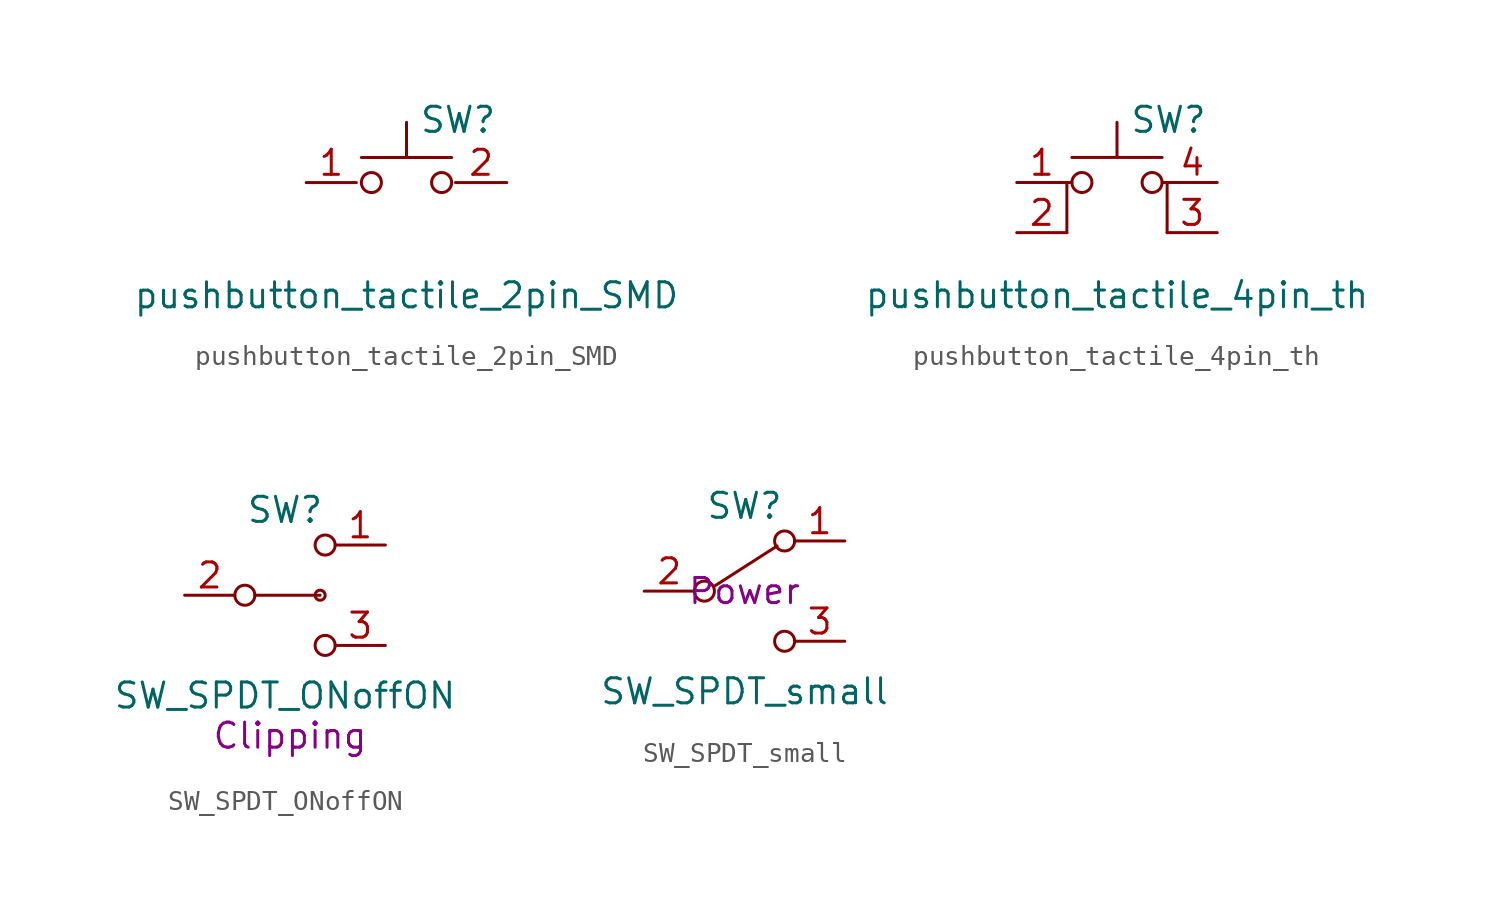
<source format=kicad_sym>
(kicad_symbol_lib
  (version 20220914)
  (generator kicad_symbol_editor)
  (symbol "pushbutton_tactile_2pin_SMD"
    (pin_names
      (offset 1.016) hide)
    (property "Reference" "SW"
      (at 0.635 5.715 0)
      (effects (font (size 1.27 1.27)) (justify left)))
    (property "Value" "pushbutton_tactile_2pin_SMD"
      (at 0 -3.175 0)
      (effects (font (size 1.27 1.27))))
    (symbol "pushbutton_tactile_2pin_SMD_0_1"
      (circle (center -1.778 2.54) (radius 0.508) (stroke (width 0) (type default)) (fill (type none)))
      (polyline (pts (xy -2.286 3.81) (xy 2.286 3.81)) (stroke (width 0) (type default)) (fill (type none)))
      (polyline (pts (xy 0 3.81) (xy 0 5.588)) (stroke (width 0) (type default)) (fill (type none)))
      (circle (center 1.778 2.54) (radius 0.508) (stroke (width 0) (type default)) (fill (type none)))
      (pin passive line (at -5.08 2.54 0) (length 2.54) (name "1" (effects (font (size 1.27 1.27)))) (number "1" (effects (font (size 1.27 1.27)))))
      (pin passive line (at 5.08 2.54 180) (length 2.6) (name "2" (effects (font (size 1.27 1.27)))) (number "2" (effects (font (size 1.27 1.27)))))))
  (symbol "pushbutton_tactile_4pin_th"
    (pin_names
      (offset 1.016) hide)
    (property "Reference" "SW"
      (at 0.635 5.715 0)
      (effects (font (size 1.27 1.27)) (justify left)))
    (property "Value" "pushbutton_tactile_4pin_th"
      (at 0 -3.175 0)
      (effects (font (size 1.27 1.27))))
    (symbol "pushbutton_tactile_4pin_th_0_1"
      (circle (center -1.778 2.54) (radius 0.508) (stroke (width 0) (type default)) (fill (type none)))
      (polyline (pts (xy -2.286 3.81) (xy 2.286 3.81)) (stroke (width 0) (type default)) (fill (type none)))
      (polyline (pts (xy 0 3.81) (xy 0 5.588)) (stroke (width 0) (type default)) (fill (type none)))
      (polyline (pts (xy -2.54 0) (xy -2.54 2.54) (xy -2.286 2.54)) (stroke (width 0) (type default)) (fill (type none)))
      (polyline (pts (xy 2.54 0) (xy 2.54 2.54) (xy 2.286 2.54)) (stroke (width 0) (type default)) (fill (type none)))
      (circle (center 1.778 2.54) (radius 0.508) (stroke (width 0) (type default)) (fill (type none)))
      (pin passive line (at -5.08 2.54 0) (length 2.54) (name "1" (effects (font (size 1.27 1.27)))) (number "1" (effects (font (size 1.27 1.27)))))
      (pin passive line (at -5.08 0 0) (length 2.54) (name "2" (effects (font (size 1.27 1.27)))) (number "2" (effects (font (size 1.27 1.27)))))
      (pin passive line (at 5.08 0 180) (length 2.54) (name "K" (effects (font (size 1.27 1.27)))) (number "3" (effects (font (size 1.27 1.27)))))
      (pin passive line (at 5.08 2.54 180) (length 2.54) (name "A" (effects (font (size 1.27 1.27)))) (number "4" (effects (font (size 1.27 1.27)))))))
  (symbol "SW_SPDT_ONoffON"
    (pin_names
      (offset 0) hide)
    (property "Reference" "SW"
      (at 0 4.318 0)
      (effects (font (size 1.27 1.27))))
    (property "Value" "SW_SPDT_ONoffON"
      (at 0 -5.08 0)
      (effects (font (size 1.27 1.27))))
    (property "NAME" "Clipping"
      (at 0.254 -7.112 0)
      (effects (font (size 1.27 1.27))))
    (symbol "SW_SPDT_ONoffON_0_0"
      (circle (center -2.032 0) (radius 0.508) (stroke (width 0) (type default)) (fill (type none)))
      (circle (center 2.032 -2.54) (radius 0.508) (stroke (width 0) (type default)) (fill (type none))))
    (symbol "SW_SPDT_ONoffON_0_1"
      (polyline (pts (xy -1.524 0) (xy 1.778 0)) (stroke (width 0) (type default)) (fill (type none)))
      (circle (center 1.778 0) (radius 0.254) (stroke (width 0) (type default)) (fill (type none)))
      (circle (center 2.032 2.54) (radius 0.508) (stroke (width 0) (type default)) (fill (type none))))
    (symbol "SW_SPDT_ONoffON_1_1"
      (pin passive line (at 5.08 2.54 180) (length 2.54) (name "A" (effects (font (size 1.27 1.27)))) (number "1" (effects (font (size 1.27 1.27)))))
      (pin passive line (at -5.08 0 0) (length 2.54) (name "B" (effects (font (size 1.27 1.27)))) (number "2" (effects (font (size 1.27 1.27)))))
      (pin passive line (at 5.08 -2.54 180) (length 2.54) (name "C" (effects (font (size 1.27 1.27)))) (number "3" (effects (font (size 1.27 1.27)))))))
  (symbol "SW_SPDT_small"
    (pin_names
      (offset 0) hide)
    (property "Reference" "SW"
      (at 0 4.318 0)
      (effects (font (size 1.27 1.27))))
    (property "Value" "SW_SPDT_small"
      (at 0 -5.08 0)
      (effects (font (size 1.27 1.27))))
    (property "NAME" "Power"
      (at 0 0 0)
      (effects (font (size 1.27 1.27))))
    (symbol "SW_SPDT_small_0_0"
      (circle (center -2.032 0) (radius 0.508) (stroke (width 0) (type default)) (fill (type none)))
      (circle (center 2.032 -2.54) (radius 0.508) (stroke (width 0) (type default)) (fill (type none))))
    (symbol "SW_SPDT_small_0_1"
      (polyline (pts (xy -1.524 0.254) (xy 1.651 2.286)) (stroke (width 0) (type default)) (fill (type none)))
      (circle (center 2.032 2.54) (radius 0.508) (stroke (width 0) (type default)) (fill (type none))))
    (symbol "SW_SPDT_small_1_1"
      (pin passive line (at 5.08 2.54 180) (length 2.54) (name "A" (effects (font (size 1.27 1.27)))) (number "1" (effects (font (size 1.27 1.27)))))
      (pin passive line (at -5.08 0 0) (length 2.54) (name "B" (effects (font (size 1.27 1.27)))) (number "2" (effects (font (size 1.27 1.27)))))
      (pin passive line (at 5.08 -2.54 180) (length 2.54) (name "C" (effects (font (size 1.27 1.27)))) (number "3" (effects (font (size 1.27 1.27))))))))
</source>
